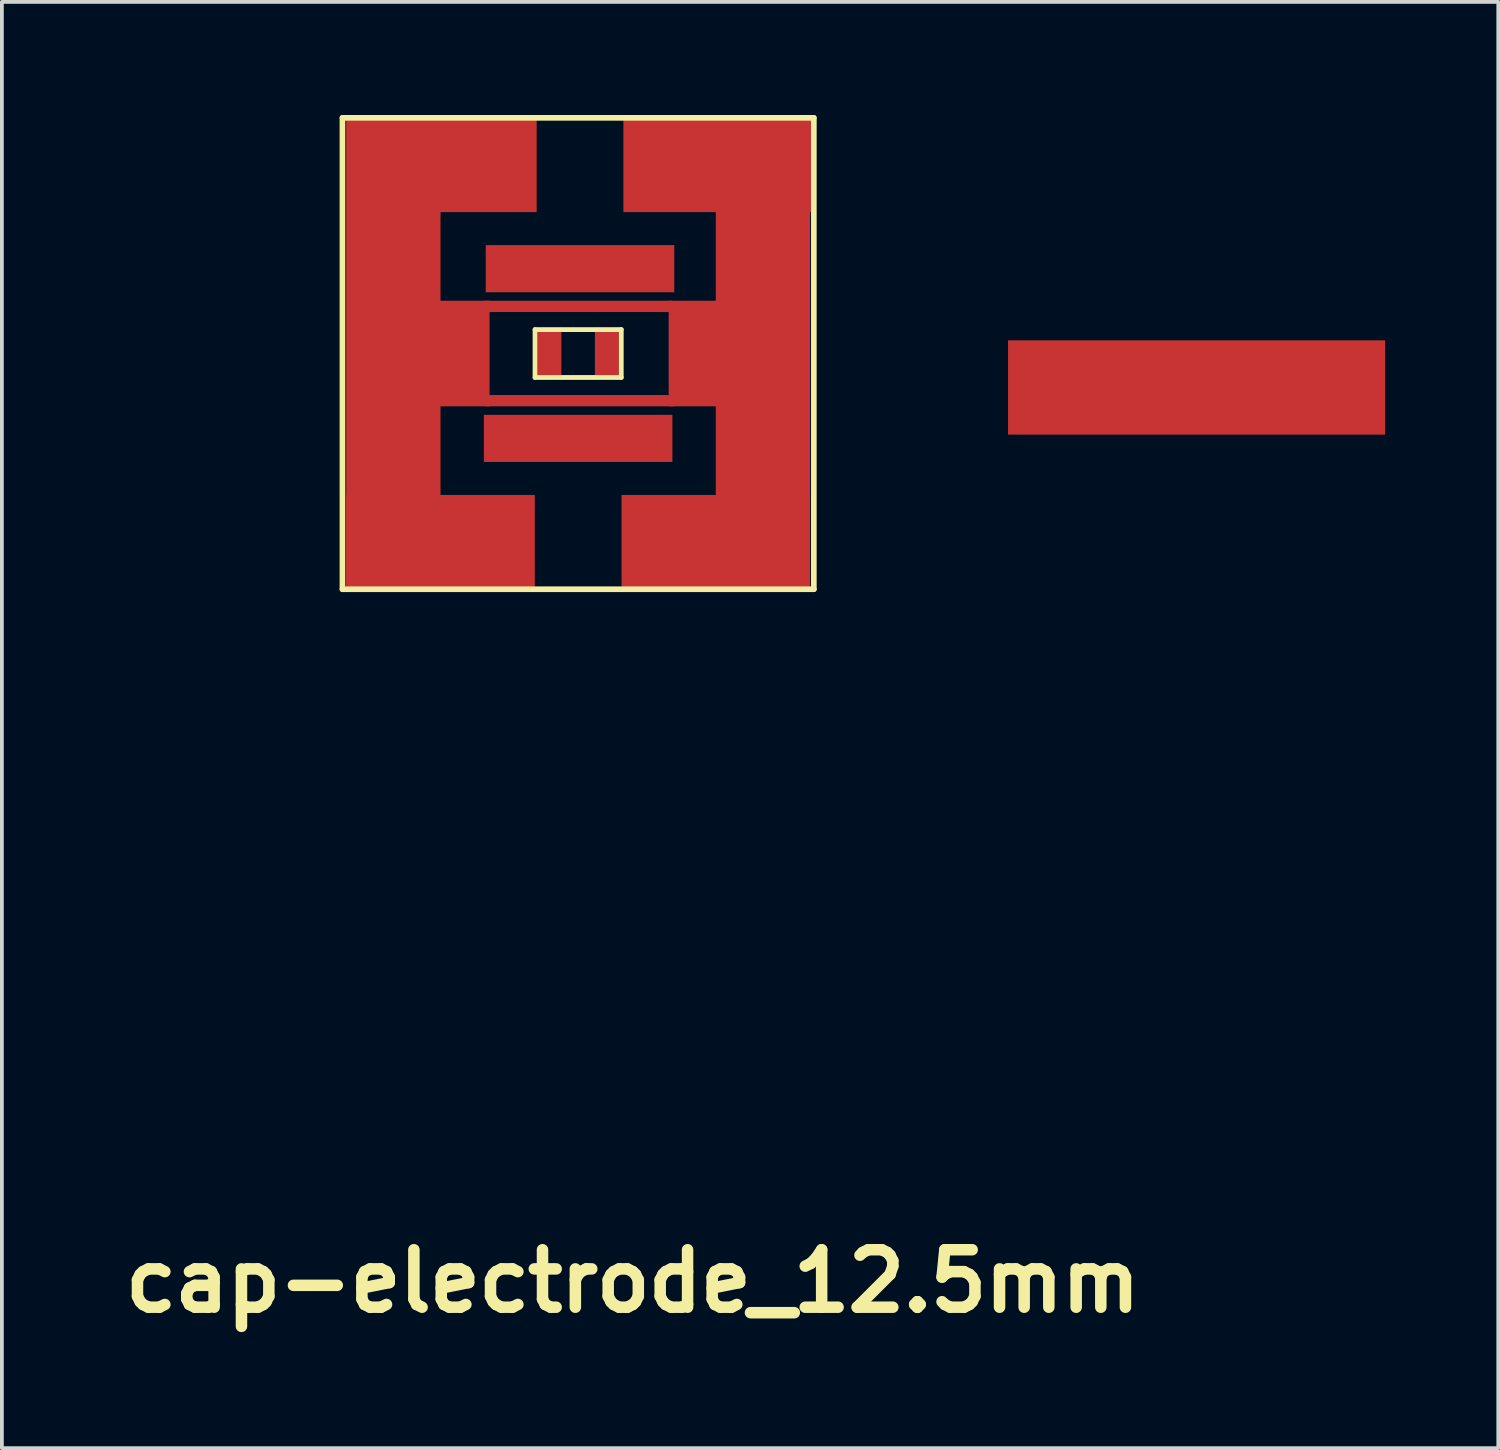
<source format=kicad_pcb>
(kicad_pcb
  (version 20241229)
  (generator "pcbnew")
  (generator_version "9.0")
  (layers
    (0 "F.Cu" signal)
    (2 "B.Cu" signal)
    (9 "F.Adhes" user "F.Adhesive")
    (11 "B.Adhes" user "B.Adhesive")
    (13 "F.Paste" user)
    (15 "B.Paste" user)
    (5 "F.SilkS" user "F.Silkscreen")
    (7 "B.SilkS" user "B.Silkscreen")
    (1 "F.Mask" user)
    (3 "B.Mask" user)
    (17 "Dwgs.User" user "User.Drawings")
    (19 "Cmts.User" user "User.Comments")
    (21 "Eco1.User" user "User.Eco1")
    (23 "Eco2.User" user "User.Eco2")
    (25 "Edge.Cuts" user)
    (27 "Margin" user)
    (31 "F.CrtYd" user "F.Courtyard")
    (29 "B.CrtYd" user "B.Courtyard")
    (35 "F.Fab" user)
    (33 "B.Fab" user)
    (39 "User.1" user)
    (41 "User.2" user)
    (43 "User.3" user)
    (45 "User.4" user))
  (footprint "cap-electrode_12.5mm"
    (layer "F.Cu")
    (at 12.281 6.325)
    (property "Reference" "cap-electrode_12.5mm" (at 1.45 24.6 0) (layer "F.SilkS") (effects (font (size 1.524 1.524) (thickness 0.305))))
    (attr through_hole)
    (fp_line (start -6.25 -6.25) (end -6.25 6.25) (stroke (width 0.15) (type solid)) (layer "F.SilkS"))
    (fp_line (start -6.25 -6.25) (end 6.25 -6.25) (stroke (width 0.15) (type solid)) (layer "F.SilkS"))
    (fp_line (start -6.25 6.25) (end 6.25 6.25) (stroke (width 0.15) (type solid)) (layer "F.SilkS"))
    (fp_line (start -1.143 -0.635) (end 1.143 -0.635) (stroke (width 0.127) (type solid)) (layer "F.SilkS"))
    (fp_line (start -1.143 0.635) (end -1.143 -0.635) (stroke (width 0.127) (type solid)) (layer "F.SilkS"))
    (fp_line (start 1.143 -0.635) (end 1.143 0.635) (stroke (width 0.127) (type solid)) (layer "F.SilkS"))
    (fp_line (start 1.143 0.635) (end -1.143 0.635) (stroke (width 0.127) (type solid)) (layer "F.SilkS"))
    (fp_line (start 6.25 -6.25) (end 6.25 6.25) (stroke (width 0.15) (type solid)) (layer "F.SilkS"))
    (pad "1" smd rect (at -4.9 0 90) (size 12.5 2.5) (layers "F.Cu" "F.Mask" "F.Paste"))
    (pad "1" smd rect (at -3.65 5) (size 5 2.5) (layers "F.Cu" "F.Mask" "F.Paste"))
    (pad "1" smd rect (at -3.6 -5) (size 5 2.5) (layers "F.Cu" "F.Mask" "F.Paste"))
    (pad "1" smd rect (at -3.6 0 90) (size 2.8 2.5) (layers "F.Cu" "F.Mask" "F.Paste"))
    (pad "1" smd rect (at -0.762 0) (size 0.635 1.143) (layers "F.Cu" "F.Mask" "F.Paste"))
    (pad "1" smd rect (at 0 -1.25) (size 5 0.3) (layers "F.Cu" "F.Mask" "F.Paste"))
    (pad "1" smd rect (at 0.05 1.25) (size 5 0.3) (layers "F.Cu" "F.Mask" "F.Paste"))
    (pad "1" smd rect (at 3.65 0 90) (size 2.8 2.5) (layers "F.Cu" "F.Mask" "F.Paste"))
    (pad "1" smd rect (at 3.65 5) (size 5 2.5) (layers "F.Cu" "F.Mask" "F.Paste"))
    (pad "1" smd rect (at 3.7 -5) (size 5 2.5) (layers "F.Cu" "F.Mask" "F.Paste"))
    (pad "1" smd rect (at 4.9 0 90) (size 12.5 2.5) (layers "F.Cu" "F.Mask" "F.Paste"))
    (pad "2" smd rect (at 0 2.25) (size 5 1.25) (layers "F.Cu" "F.Mask" "F.Paste"))
    (pad "2" smd rect (at 0.05 -2.25) (size 5 1.25) (layers "F.Cu" "F.Mask" "F.Paste"))
    (pad "2" smd rect (at 0.762 0) (size 0.635 1.143) (layers "F.Cu" "F.Mask" "F.Paste"))
    (pad "2" smd rect (at 16.4 0.9) (size 10 2.5) (layers "F.Cu" "F.Mask" "F.Paste")))
  (gr_rect
    (start -3 -3)
    (end 36.681 35.351)
    (stroke (width 0.1) (type default))
    (fill no)
    (layer "Edge.Cuts")))
</source>
